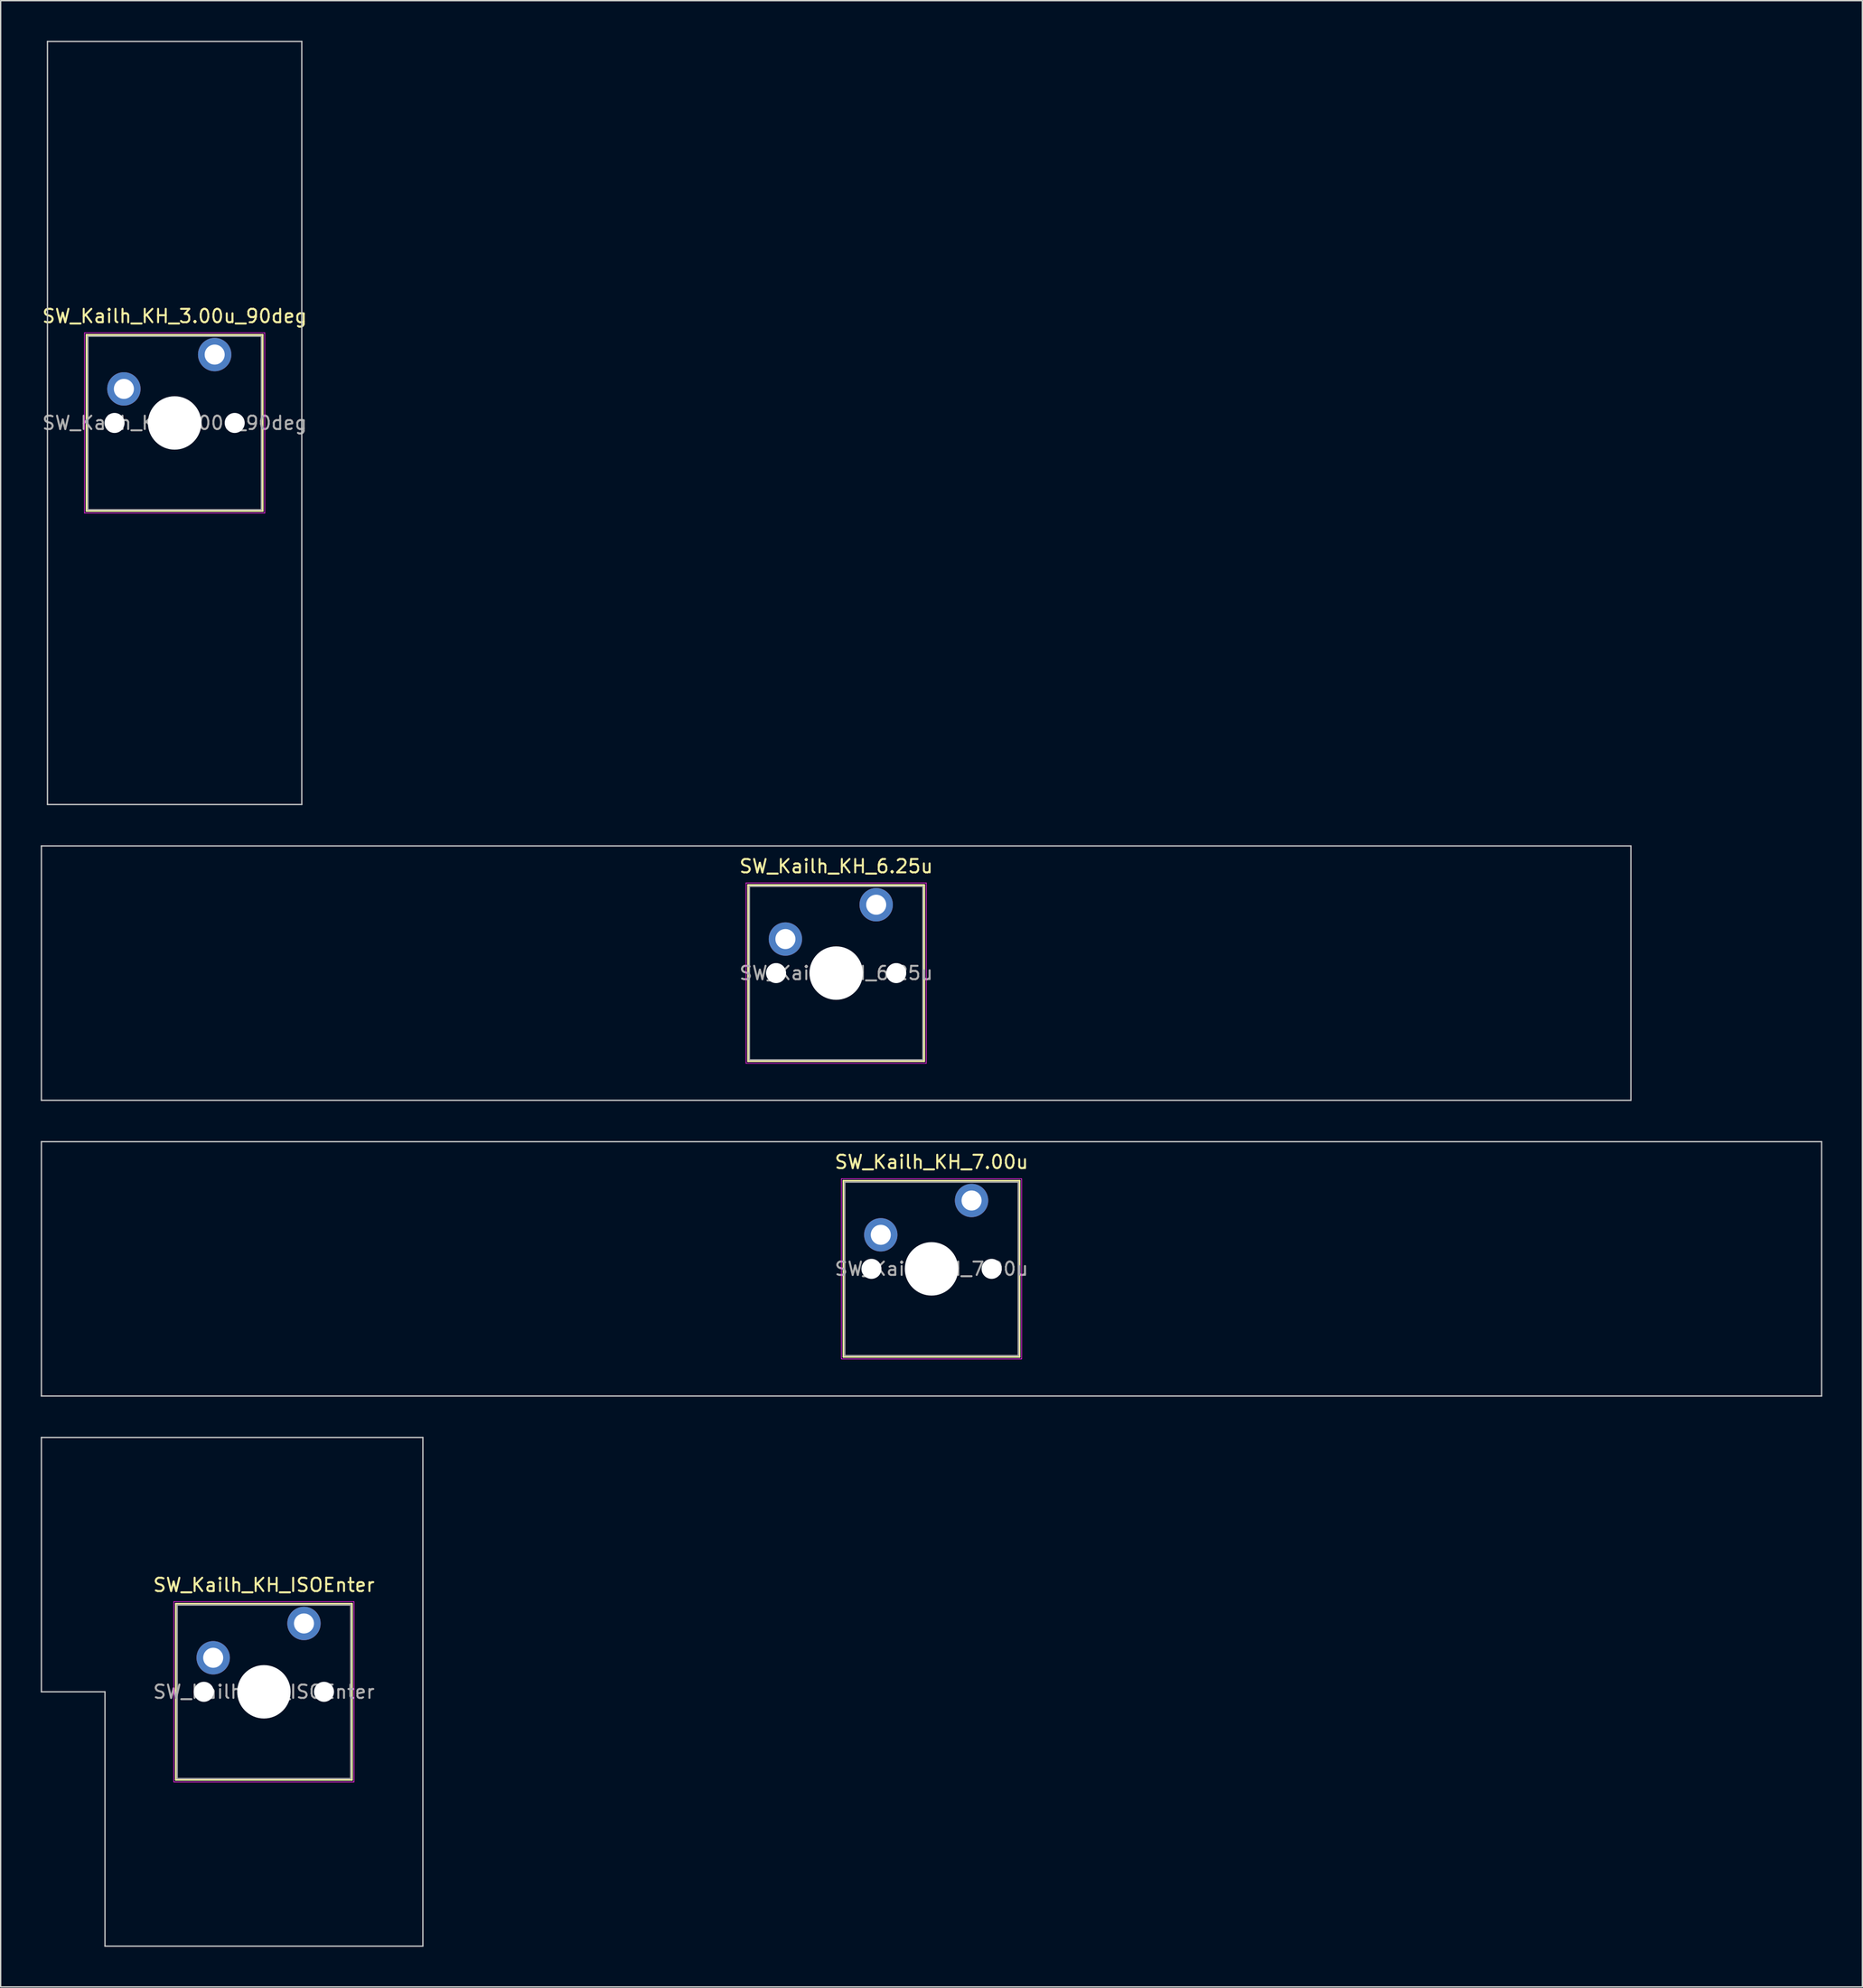
<source format=kicad_pcb>
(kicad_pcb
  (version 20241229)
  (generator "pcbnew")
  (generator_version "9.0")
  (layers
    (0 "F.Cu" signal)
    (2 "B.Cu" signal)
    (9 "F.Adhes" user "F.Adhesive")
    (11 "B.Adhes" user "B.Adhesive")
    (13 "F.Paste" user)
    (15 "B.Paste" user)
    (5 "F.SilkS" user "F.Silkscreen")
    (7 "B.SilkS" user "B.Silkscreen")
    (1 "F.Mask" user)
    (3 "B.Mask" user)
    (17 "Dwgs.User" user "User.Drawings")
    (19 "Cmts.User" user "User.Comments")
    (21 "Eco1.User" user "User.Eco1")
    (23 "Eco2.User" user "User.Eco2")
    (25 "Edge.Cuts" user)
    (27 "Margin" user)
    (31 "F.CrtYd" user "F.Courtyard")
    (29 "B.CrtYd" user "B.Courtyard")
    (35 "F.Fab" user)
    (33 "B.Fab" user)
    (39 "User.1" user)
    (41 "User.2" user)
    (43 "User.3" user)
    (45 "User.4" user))
  (footprint "SW_Kailh_KH_ISOEnter"
    (layer "F.Cu")
    (at 16.719 123.65)
    (property "Reference" "SW_Kailh_KH_ISOEnter" (at 0 -8 0) (layer "F.SilkS") (effects (font (size 1 1) (thickness 0.15))))
    (attr through_hole)
    (fp_line (start -6.6 -6.6) (end -6.6 6.6) (stroke (width 0.12) (type solid)) (layer "F.SilkS"))
    (fp_line (start -6.6 6.6) (end 6.6 6.6) (stroke (width 0.12) (type solid)) (layer "F.SilkS"))
    (fp_line (start 6.6 -6.6) (end -6.6 -6.6) (stroke (width 0.12) (type solid)) (layer "F.SilkS"))
    (fp_line (start 6.6 6.6) (end 6.6 -6.6) (stroke (width 0.12) (type solid)) (layer "F.SilkS"))
    (fp_line (start -16.669 -19.05) (end -16.669 0) (stroke (width 0.1) (type solid)) (layer "Dwgs.User"))
    (fp_line (start -16.669 0) (end -11.906 0) (stroke (width 0.1) (type solid)) (layer "Dwgs.User"))
    (fp_line (start -11.906 0) (end -11.906 19.05) (stroke (width 0.1) (type solid)) (layer "Dwgs.User"))
    (fp_line (start -11.906 19.05) (end 11.906 19.05) (stroke (width 0.1) (type solid)) (layer "Dwgs.User"))
    (fp_line (start 11.906 -19.05) (end -16.669 -19.05) (stroke (width 0.1) (type solid)) (layer "Dwgs.User"))
    (fp_line (start 11.906 19.05) (end 11.906 -19.05) (stroke (width 0.1) (type solid)) (layer "Dwgs.User"))
    (fp_line (start -6.1 -6.1) (end -6.1 6.1) (stroke (width 0.1) (type solid)) (layer "Eco1.User"))
    (fp_line (start -6.1 6.1) (end 6.1 6.1) (stroke (width 0.1) (type solid)) (layer "Eco1.User"))
    (fp_line (start 6.1 -6.1) (end -6.1 -6.1) (stroke (width 0.1) (type solid)) (layer "Eco1.User"))
    (fp_line (start 6.1 6.1) (end 6.1 -6.1) (stroke (width 0.1) (type solid)) (layer "Eco1.User"))
    (fp_line (start -6.75 -6.75) (end -6.75 6.75) (stroke (width 0.05) (type solid)) (layer "F.CrtYd"))
    (fp_line (start -6.75 6.75) (end 6.75 6.75) (stroke (width 0.05) (type solid)) (layer "F.CrtYd"))
    (fp_line (start 6.75 -6.75) (end -6.75 -6.75) (stroke (width 0.05) (type solid)) (layer "F.CrtYd"))
    (fp_line (start 6.75 6.75) (end 6.75 -6.75) (stroke (width 0.05) (type solid)) (layer "F.CrtYd"))
    (fp_line (start -6.5 -6.5) (end -6.5 6.5) (stroke (width 0.1) (type solid)) (layer "F.Fab"))
    (fp_line (start -6.5 6.5) (end 6.5 6.5) (stroke (width 0.1) (type solid)) (layer "F.Fab"))
    (fp_line (start 6.5 -6.5) (end -6.5 -6.5) (stroke (width 0.1) (type solid)) (layer "F.Fab"))
    (fp_line (start 6.5 6.5) (end 6.5 -6.5) (stroke (width 0.1) (type solid)) (layer "F.Fab"))
    (fp_text user "${REFERENCE}" (at 0 0 0) (layer "F.Fab") (effects (font (size 1 1) (thickness 0.15))))
    (pad "" np_thru_hole circle (at -4.5 0) (size 1.5 1.5) (drill 1.5) (layers "*.Cu" "*.Mask"))
    (pad "" smd circle (at -3.8 -2.55) (size 1.55 1.55) (layers "F.Mask"))
    (pad "" np_thru_hole circle (at 0 0) (size 4 4) (drill 4) (layers "*.Cu" "*.Mask"))
    (pad "" smd circle (at 3 -5.12) (size 1.55 1.55) (layers "F.Mask"))
    (pad "" np_thru_hole circle (at 4.5 0) (size 1.5 1.5) (drill 1.5) (layers "*.Cu" "*.Mask"))
    (pad "1" thru_hole circle (at -3.8 -2.55) (size 2.5 2.5) (drill 1.5) (layers "*.Cu" "B.Mask"))
    (pad "2" thru_hole circle (at 3 -5.12) (size 2.5 2.5) (drill 1.5) (layers "*.Cu" "B.Mask")))
  (footprint "SW_Kailh_KH_3.00u_90deg"
    (layer "F.Cu")
    (at 10.03 28.625)
    (property "Reference" "SW_Kailh_KH_3.00u_90deg" (at 0 -8 0) (layer "F.SilkS") (effects (font (size 1 1) (thickness 0.15))))
    (attr through_hole)
    (fp_line (start -6.6 -6.6) (end -6.6 6.6) (stroke (width 0.12) (type solid)) (layer "F.SilkS"))
    (fp_line (start -6.6 6.6) (end 6.6 6.6) (stroke (width 0.12) (type solid)) (layer "F.SilkS"))
    (fp_line (start 6.6 -6.6) (end -6.6 -6.6) (stroke (width 0.12) (type solid)) (layer "F.SilkS"))
    (fp_line (start 6.6 6.6) (end 6.6 -6.6) (stroke (width 0.12) (type solid)) (layer "F.SilkS"))
    (fp_line (start -9.525 -28.575) (end 9.525 -28.575) (stroke (width 0.1) (type solid)) (layer "Dwgs.User"))
    (fp_line (start -9.525 28.575) (end -9.525 -28.575) (stroke (width 0.1) (type solid)) (layer "Dwgs.User"))
    (fp_line (start 9.525 -28.575) (end 9.525 28.575) (stroke (width 0.1) (type solid)) (layer "Dwgs.User"))
    (fp_line (start 9.525 28.575) (end -9.525 28.575) (stroke (width 0.1) (type solid)) (layer "Dwgs.User"))
    (fp_line (start -6.1 -6.1) (end -6.1 6.1) (stroke (width 0.1) (type solid)) (layer "Eco1.User"))
    (fp_line (start -6.1 6.1) (end 6.1 6.1) (stroke (width 0.1) (type solid)) (layer "Eco1.User"))
    (fp_line (start 6.1 -6.1) (end -6.1 -6.1) (stroke (width 0.1) (type solid)) (layer "Eco1.User"))
    (fp_line (start 6.1 6.1) (end 6.1 -6.1) (stroke (width 0.1) (type solid)) (layer "Eco1.User"))
    (fp_line (start -6.75 -6.75) (end -6.75 6.75) (stroke (width 0.05) (type solid)) (layer "F.CrtYd"))
    (fp_line (start -6.75 6.75) (end 6.75 6.75) (stroke (width 0.05) (type solid)) (layer "F.CrtYd"))
    (fp_line (start 6.75 -6.75) (end -6.75 -6.75) (stroke (width 0.05) (type solid)) (layer "F.CrtYd"))
    (fp_line (start 6.75 6.75) (end 6.75 -6.75) (stroke (width 0.05) (type solid)) (layer "F.CrtYd"))
    (fp_line (start -6.5 -6.5) (end -6.5 6.5) (stroke (width 0.1) (type solid)) (layer "F.Fab"))
    (fp_line (start -6.5 6.5) (end 6.5 6.5) (stroke (width 0.1) (type solid)) (layer "F.Fab"))
    (fp_line (start 6.5 -6.5) (end -6.5 -6.5) (stroke (width 0.1) (type solid)) (layer "F.Fab"))
    (fp_line (start 6.5 6.5) (end 6.5 -6.5) (stroke (width 0.1) (type solid)) (layer "F.Fab"))
    (fp_text user "${REFERENCE}" (at 0 0 0) (layer "F.Fab") (effects (font (size 1 1) (thickness 0.15))))
    (pad "" np_thru_hole circle (at -4.5 0) (size 1.5 1.5) (drill 1.5) (layers "*.Cu" "*.Mask"))
    (pad "" smd circle (at -3.8 -2.55) (size 1.55 1.55) (layers "F.Mask"))
    (pad "" np_thru_hole circle (at 0 0) (size 4 4) (drill 4) (layers "*.Cu" "*.Mask"))
    (pad "" smd circle (at 3 -5.12) (size 1.55 1.55) (layers "F.Mask"))
    (pad "" np_thru_hole circle (at 4.5 0) (size 1.5 1.5) (drill 1.5) (layers "*.Cu" "*.Mask"))
    (pad "1" thru_hole circle (at -3.8 -2.55) (size 2.5 2.5) (drill 1.5) (layers "*.Cu" "B.Mask"))
    (pad "2" thru_hole circle (at 3 -5.12) (size 2.5 2.5) (drill 1.5) (layers "*.Cu" "B.Mask")))
  (footprint "SW_Kailh_KH_6.25u"
    (layer "F.Cu")
    (at 59.581 69.825)
    (property "Reference" "SW_Kailh_KH_6.25u" (at 0 -8 0) (layer "F.SilkS") (effects (font (size 1 1) (thickness 0.15))))
    (attr through_hole)
    (fp_line (start -6.6 -6.6) (end -6.6 6.6) (stroke (width 0.12) (type solid)) (layer "F.SilkS"))
    (fp_line (start -6.6 6.6) (end 6.6 6.6) (stroke (width 0.12) (type solid)) (layer "F.SilkS"))
    (fp_line (start 6.6 -6.6) (end -6.6 -6.6) (stroke (width 0.12) (type solid)) (layer "F.SilkS"))
    (fp_line (start 6.6 6.6) (end 6.6 -6.6) (stroke (width 0.12) (type solid)) (layer "F.SilkS"))
    (fp_line (start -59.531 -9.525) (end -59.531 9.525) (stroke (width 0.1) (type solid)) (layer "Dwgs.User"))
    (fp_line (start -59.531 9.525) (end 59.531 9.525) (stroke (width 0.1) (type solid)) (layer "Dwgs.User"))
    (fp_line (start 59.531 -9.525) (end -59.531 -9.525) (stroke (width 0.1) (type solid)) (layer "Dwgs.User"))
    (fp_line (start 59.531 9.525) (end 59.531 -9.525) (stroke (width 0.1) (type solid)) (layer "Dwgs.User"))
    (fp_line (start -6.1 -6.1) (end -6.1 6.1) (stroke (width 0.1) (type solid)) (layer "Eco1.User"))
    (fp_line (start -6.1 6.1) (end 6.1 6.1) (stroke (width 0.1) (type solid)) (layer "Eco1.User"))
    (fp_line (start 6.1 -6.1) (end -6.1 -6.1) (stroke (width 0.1) (type solid)) (layer "Eco1.User"))
    (fp_line (start 6.1 6.1) (end 6.1 -6.1) (stroke (width 0.1) (type solid)) (layer "Eco1.User"))
    (fp_line (start -6.75 -6.75) (end -6.75 6.75) (stroke (width 0.05) (type solid)) (layer "F.CrtYd"))
    (fp_line (start -6.75 6.75) (end 6.75 6.75) (stroke (width 0.05) (type solid)) (layer "F.CrtYd"))
    (fp_line (start 6.75 -6.75) (end -6.75 -6.75) (stroke (width 0.05) (type solid)) (layer "F.CrtYd"))
    (fp_line (start 6.75 6.75) (end 6.75 -6.75) (stroke (width 0.05) (type solid)) (layer "F.CrtYd"))
    (fp_line (start -6.5 -6.5) (end -6.5 6.5) (stroke (width 0.1) (type solid)) (layer "F.Fab"))
    (fp_line (start -6.5 6.5) (end 6.5 6.5) (stroke (width 0.1) (type solid)) (layer "F.Fab"))
    (fp_line (start 6.5 -6.5) (end -6.5 -6.5) (stroke (width 0.1) (type solid)) (layer "F.Fab"))
    (fp_line (start 6.5 6.5) (end 6.5 -6.5) (stroke (width 0.1) (type solid)) (layer "F.Fab"))
    (fp_text user "${REFERENCE}" (at 0 0 0) (layer "F.Fab") (effects (font (size 1 1) (thickness 0.15))))
    (pad "" np_thru_hole circle (at -4.5 0) (size 1.5 1.5) (drill 1.5) (layers "*.Cu" "*.Mask"))
    (pad "" smd circle (at -3.8 -2.55) (size 1.55 1.55) (layers "F.Mask"))
    (pad "" np_thru_hole circle (at 0 0) (size 4 4) (drill 4) (layers "*.Cu" "*.Mask"))
    (pad "" smd circle (at 3 -5.12) (size 1.55 1.55) (layers "F.Mask"))
    (pad "" np_thru_hole circle (at 4.5 0) (size 1.5 1.5) (drill 1.5) (layers "*.Cu" "*.Mask"))
    (pad "1" thru_hole circle (at -3.8 -2.55) (size 2.5 2.5) (drill 1.5) (layers "*.Cu" "B.Mask"))
    (pad "2" thru_hole circle (at 3 -5.12) (size 2.5 2.5) (drill 1.5) (layers "*.Cu" "B.Mask")))
  (footprint "SW_Kailh_KH_7.00u"
    (layer "F.Cu")
    (at 66.725 91.975)
    (property "Reference" "SW_Kailh_KH_7.00u" (at 0 -8 0) (layer "F.SilkS") (effects (font (size 1 1) (thickness 0.15))))
    (attr through_hole)
    (fp_line (start -6.6 -6.6) (end -6.6 6.6) (stroke (width 0.12) (type solid)) (layer "F.SilkS"))
    (fp_line (start -6.6 6.6) (end 6.6 6.6) (stroke (width 0.12) (type solid)) (layer "F.SilkS"))
    (fp_line (start 6.6 -6.6) (end -6.6 -6.6) (stroke (width 0.12) (type solid)) (layer "F.SilkS"))
    (fp_line (start 6.6 6.6) (end 6.6 -6.6) (stroke (width 0.12) (type solid)) (layer "F.SilkS"))
    (fp_line (start -66.675 -9.525) (end -66.675 9.525) (stroke (width 0.1) (type solid)) (layer "Dwgs.User"))
    (fp_line (start -66.675 9.525) (end 66.675 9.525) (stroke (width 0.1) (type solid)) (layer "Dwgs.User"))
    (fp_line (start 66.675 -9.525) (end -66.675 -9.525) (stroke (width 0.1) (type solid)) (layer "Dwgs.User"))
    (fp_line (start 66.675 9.525) (end 66.675 -9.525) (stroke (width 0.1) (type solid)) (layer "Dwgs.User"))
    (fp_line (start -6.1 -6.1) (end -6.1 6.1) (stroke (width 0.1) (type solid)) (layer "Eco1.User"))
    (fp_line (start -6.1 6.1) (end 6.1 6.1) (stroke (width 0.1) (type solid)) (layer "Eco1.User"))
    (fp_line (start 6.1 -6.1) (end -6.1 -6.1) (stroke (width 0.1) (type solid)) (layer "Eco1.User"))
    (fp_line (start 6.1 6.1) (end 6.1 -6.1) (stroke (width 0.1) (type solid)) (layer "Eco1.User"))
    (fp_line (start -6.75 -6.75) (end -6.75 6.75) (stroke (width 0.05) (type solid)) (layer "F.CrtYd"))
    (fp_line (start -6.75 6.75) (end 6.75 6.75) (stroke (width 0.05) (type solid)) (layer "F.CrtYd"))
    (fp_line (start 6.75 -6.75) (end -6.75 -6.75) (stroke (width 0.05) (type solid)) (layer "F.CrtYd"))
    (fp_line (start 6.75 6.75) (end 6.75 -6.75) (stroke (width 0.05) (type solid)) (layer "F.CrtYd"))
    (fp_line (start -6.5 -6.5) (end -6.5 6.5) (stroke (width 0.1) (type solid)) (layer "F.Fab"))
    (fp_line (start -6.5 6.5) (end 6.5 6.5) (stroke (width 0.1) (type solid)) (layer "F.Fab"))
    (fp_line (start 6.5 -6.5) (end -6.5 -6.5) (stroke (width 0.1) (type solid)) (layer "F.Fab"))
    (fp_line (start 6.5 6.5) (end 6.5 -6.5) (stroke (width 0.1) (type solid)) (layer "F.Fab"))
    (fp_text user "${REFERENCE}" (at 0 0 0) (layer "F.Fab") (effects (font (size 1 1) (thickness 0.15))))
    (pad "" np_thru_hole circle (at -4.5 0) (size 1.5 1.5) (drill 1.5) (layers "*.Cu" "*.Mask"))
    (pad "" smd circle (at -3.8 -2.55) (size 1.55 1.55) (layers "F.Mask"))
    (pad "" np_thru_hole circle (at 0 0) (size 4 4) (drill 4) (layers "*.Cu" "*.Mask"))
    (pad "" smd circle (at 3 -5.12) (size 1.55 1.55) (layers "F.Mask"))
    (pad "" np_thru_hole circle (at 4.5 0) (size 1.5 1.5) (drill 1.5) (layers "*.Cu" "*.Mask"))
    (pad "1" thru_hole circle (at -3.8 -2.55) (size 2.5 2.5) (drill 1.5) (layers "*.Cu" "B.Mask"))
    (pad "2" thru_hole circle (at 3 -5.12) (size 2.5 2.5) (drill 1.5) (layers "*.Cu" "B.Mask")))
  (gr_rect
    (start -3 -3)
    (end 136.45 145.75)
    (stroke (width 0.1) (type default))
    (fill no)
    (layer "Edge.Cuts")))
</source>
